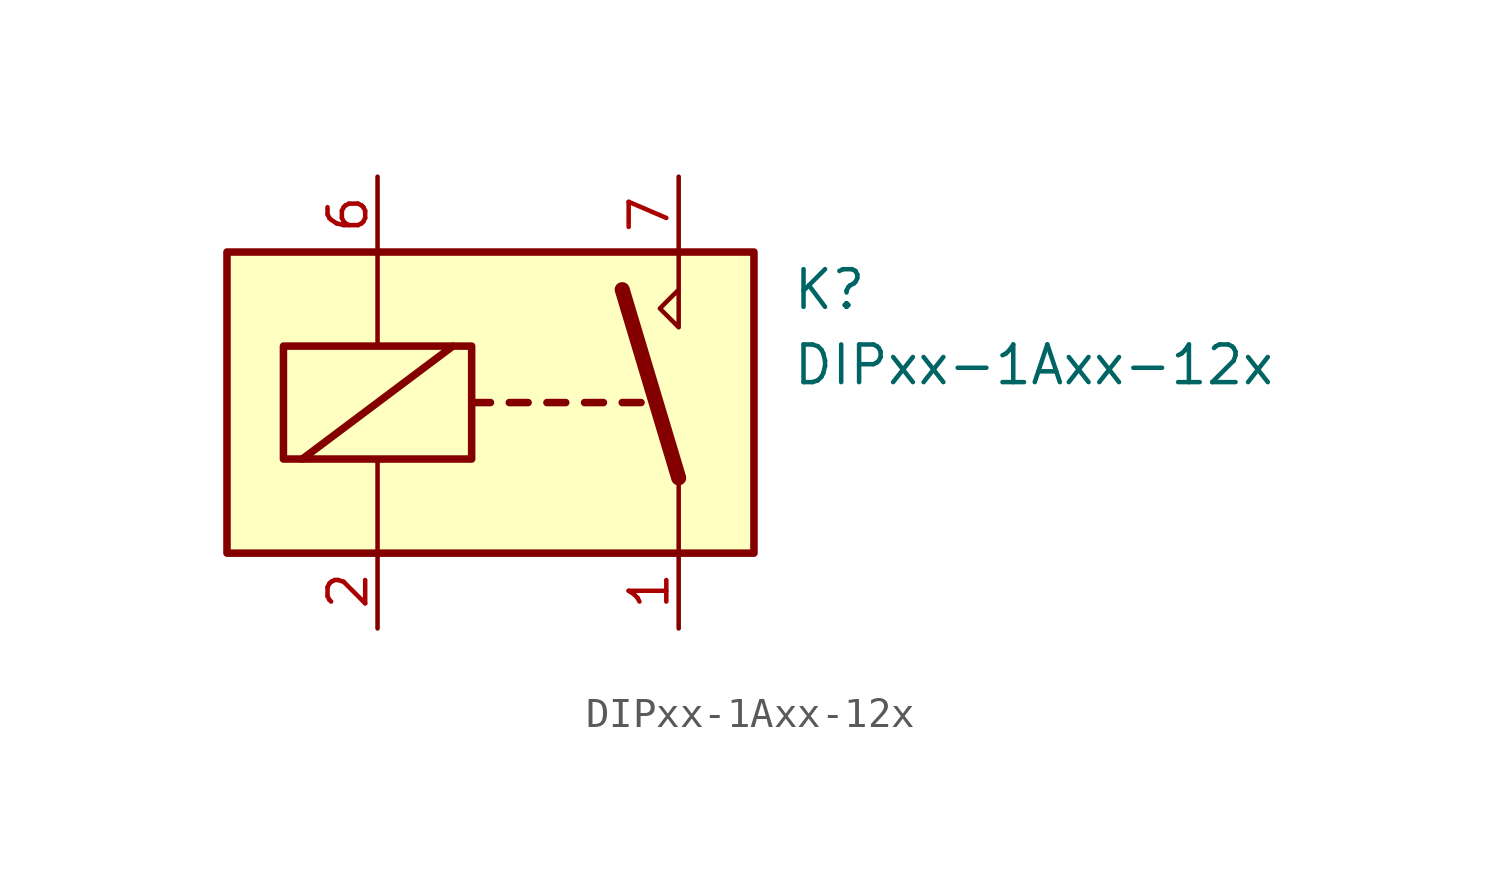
<source format=kicad_sym>
(kicad_symbol_lib
  (version 20200908)
  (generator kicad_symbol_editor)
  (symbol "Relay:DIPxx-1Axx-12x"
    (property "Reference" "K"
      (at 8.89 3.81 0)
      (effects (font (size 1.27 1.27)) (justify left)))
    (property "Value" "DIPxx-1Axx-12x"
      (at 8.89 1.27 0)
      (effects (font (size 1.27 1.27)) (justify left)))
    (symbol "DIPxx-1Axx-12x_0_1"
      (rectangle (start -10.16 5.08) (end 7.62 -5.08) (stroke (width 0.254)) (fill (type background)))
      (rectangle (start -8.255 1.905) (end -1.905 -1.905) (stroke (width 0.254)) (fill (type none)))
      (polyline (pts (xy -7.62 -1.905) (xy -2.54 1.905)) (stroke (width 0.254)) (fill (type none)))
      (polyline (pts (xy -5.08 -5.08) (xy -5.08 -1.905)) (stroke (width 0)) (fill (type none)))
      (polyline (pts (xy -5.08 5.08) (xy -5.08 1.905)) (stroke (width 0)) (fill (type none)))
      (polyline (pts (xy -1.905 0) (xy -1.27 0)) (stroke (width 0.254)) (fill (type none)))
      (polyline (pts (xy -0.635 0) (xy 0 0)) (stroke (width 0.254)) (fill (type none)))
      (polyline (pts (xy 0.635 0) (xy 1.27 0)) (stroke (width 0.254)) (fill (type none)))
      (polyline (pts (xy 1.905 0) (xy 2.54 0)) (stroke (width 0.254)) (fill (type none)))
      (polyline (pts (xy 3.175 0) (xy 3.81 0)) (stroke (width 0.254)) (fill (type none)))
      (polyline (pts (xy 5.08 -2.54) (xy 3.175 3.81)) (stroke (width 0.508)) (fill (type none)))
      (polyline (pts (xy 5.08 -2.54) (xy 5.08 -5.08)) (stroke (width 0)) (fill (type none))))
    (symbol "DIPxx-1Axx-12x_0_0"
      (polyline (pts (xy 5.08 5.08) (xy 5.08 2.54) (xy 4.445 3.175) (xy 5.08 3.81)) (stroke (width 0)) (fill (type none))))
    (symbol "DIPxx-1Axx-12x_1_1"
      (pin passive line (at 5.08 -7.62 90) (length 2.54) (name "~" (effects (font (size 1.27 1.27)))) (number "1" (effects (font (size 1.27 1.27)))))
      (pin passive line (at -5.08 -7.62 90) (length 2.54) hide (name "~" (effects (font (size 1.27 1.27)))) (number "13" (effects (font (size 1.27 1.27)))))
      (pin passive line (at 5.08 -7.62 90) (length 2.54) hide (name "~" (effects (font (size 1.27 1.27)))) (number "14" (effects (font (size 1.27 1.27)))))
      (pin passive line (at -5.08 -7.62 90) (length 2.54) (name "~" (effects (font (size 1.27 1.27)))) (number "2" (effects (font (size 1.27 1.27)))))
      (pin passive line (at -5.08 7.62 270) (length 2.54) (name "~" (effects (font (size 1.27 1.27)))) (number "6" (effects (font (size 1.27 1.27)))))
      (pin passive line (at 5.08 7.62 270) (length 2.54) (name "~" (effects (font (size 1.27 1.27)))) (number "7" (effects (font (size 1.27 1.27)))))
      (pin passive line (at 5.08 7.62 270) (length 2.54) hide (name "~" (effects (font (size 1.27 1.27)))) (number "8" (effects (font (size 1.27 1.27))))))))
</source>
